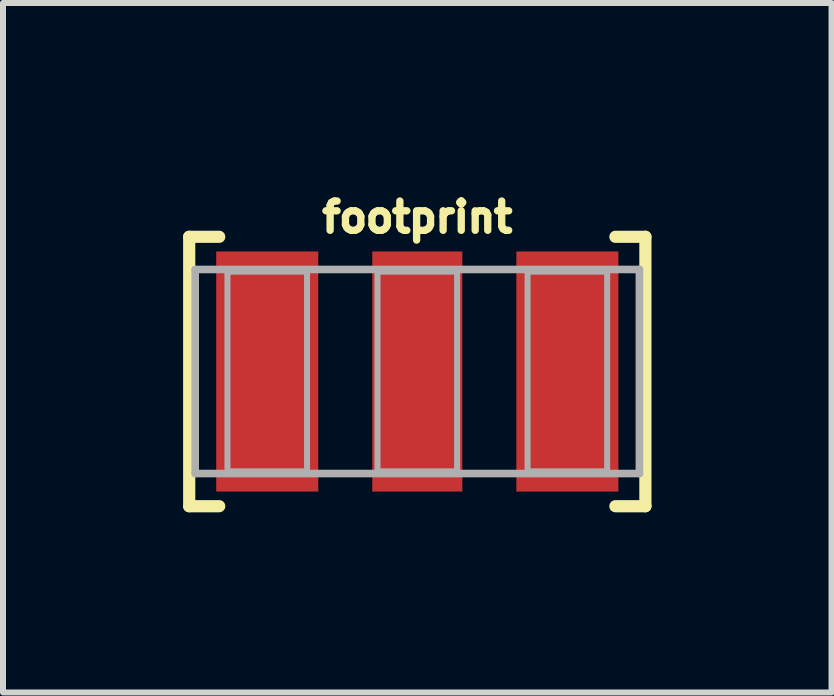
<source format=kicad_pcb>
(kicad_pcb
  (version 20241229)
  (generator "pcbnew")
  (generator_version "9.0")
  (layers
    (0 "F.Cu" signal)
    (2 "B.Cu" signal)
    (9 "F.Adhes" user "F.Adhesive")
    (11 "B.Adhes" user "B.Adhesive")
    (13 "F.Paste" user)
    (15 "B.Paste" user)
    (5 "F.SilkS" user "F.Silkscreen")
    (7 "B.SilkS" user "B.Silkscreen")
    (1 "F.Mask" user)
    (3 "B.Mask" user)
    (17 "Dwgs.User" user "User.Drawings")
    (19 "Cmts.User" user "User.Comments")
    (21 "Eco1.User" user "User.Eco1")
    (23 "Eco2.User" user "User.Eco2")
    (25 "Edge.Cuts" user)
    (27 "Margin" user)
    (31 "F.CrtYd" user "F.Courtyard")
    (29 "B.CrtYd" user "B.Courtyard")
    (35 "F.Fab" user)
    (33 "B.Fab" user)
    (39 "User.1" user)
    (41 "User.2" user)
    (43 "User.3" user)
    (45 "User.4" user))
  (footprint "footprint"
    (layer "F.Cu")
    (at 3.902 3.139)
    (property "Reference" "footprint" (at 0 -2.286 0) (layer "F.SilkS") (effects (font (size 0.488 0.488) (thickness 0.122)) (justify bottom)))
    (fp_line (start -3.8 -2.244) (end -3.8 2.244) (stroke (width 0.203) (type solid)) (layer "F.SilkS"))
    (fp_line (start -3.8 2.244) (end -3.3 2.244) (stroke (width 0.203) (type solid)) (layer "F.SilkS"))
    (fp_line (start -3.3 -2.244) (end -3.8 -2.244) (stroke (width 0.203) (type solid)) (layer "F.SilkS"))
    (fp_line (start 3.3 2.244) (end 3.8 2.244) (stroke (width 0.203) (type solid)) (layer "F.SilkS"))
    (fp_line (start 3.8 -2.244) (end 3.3 -2.244) (stroke (width 0.203) (type solid)) (layer "F.SilkS"))
    (fp_line (start 3.8 2.244) (end 3.8 -2.244) (stroke (width 0.203) (type solid)) (layer "F.SilkS"))
    (fp_line (start -3.7 -1.7) (end -3.7 1.7) (stroke (width 0.127) (type solid)) (layer "F.Fab"))
    (fp_line (start -3.7 1.7) (end 3.7 1.7) (stroke (width 0.127) (type solid)) (layer "F.Fab"))
    (fp_line (start 3.7 -1.7) (end -3.7 -1.7) (stroke (width 0.127) (type solid)) (layer "F.Fab"))
    (fp_line (start 3.7 1.7) (end 3.7 -1.7) (stroke (width 0.127) (type solid)) (layer "F.Fab"))
    (fp_poly (pts (xy -1.837 1.663) (xy -3.163 1.663) (xy -3.163 -1.663) (xy -1.837 -1.663)) (stroke (width 0.1) (type solid)) (fill no) (layer "F.Fab"))
    (fp_poly (pts (xy 0.663 1.663) (xy -0.663 1.663) (xy -0.663 -1.663) (xy 0.663 -1.663)) (stroke (width 0.1) (type solid)) (fill no) (layer "F.Fab"))
    (fp_poly (pts (xy 3.163 1.663) (xy 1.837 1.663) (xy 1.837 -1.663) (xy 3.163 -1.663)) (stroke (width 0.1) (type solid)) (fill no) (layer "F.Fab"))
    (pad "1" smd rect (at -2.5 0 180) (size 1.7 4) (layers "F.Cu" "F.Mask" "F.Paste"))
    (pad "2" smd rect (at 0 0 180) (size 1.5 4) (layers "F.Cu" "F.Mask" "F.Paste"))
    (pad "3" smd rect (at 2.5 0 180) (size 1.7 4) (layers "F.Cu" "F.Mask" "F.Paste")))
  (gr_rect
    (start -3 -3)
    (end 10.803 8.486)
    (stroke (width 0.1) (type default))
    (fill no)
    (layer "Edge.Cuts")))
</source>
